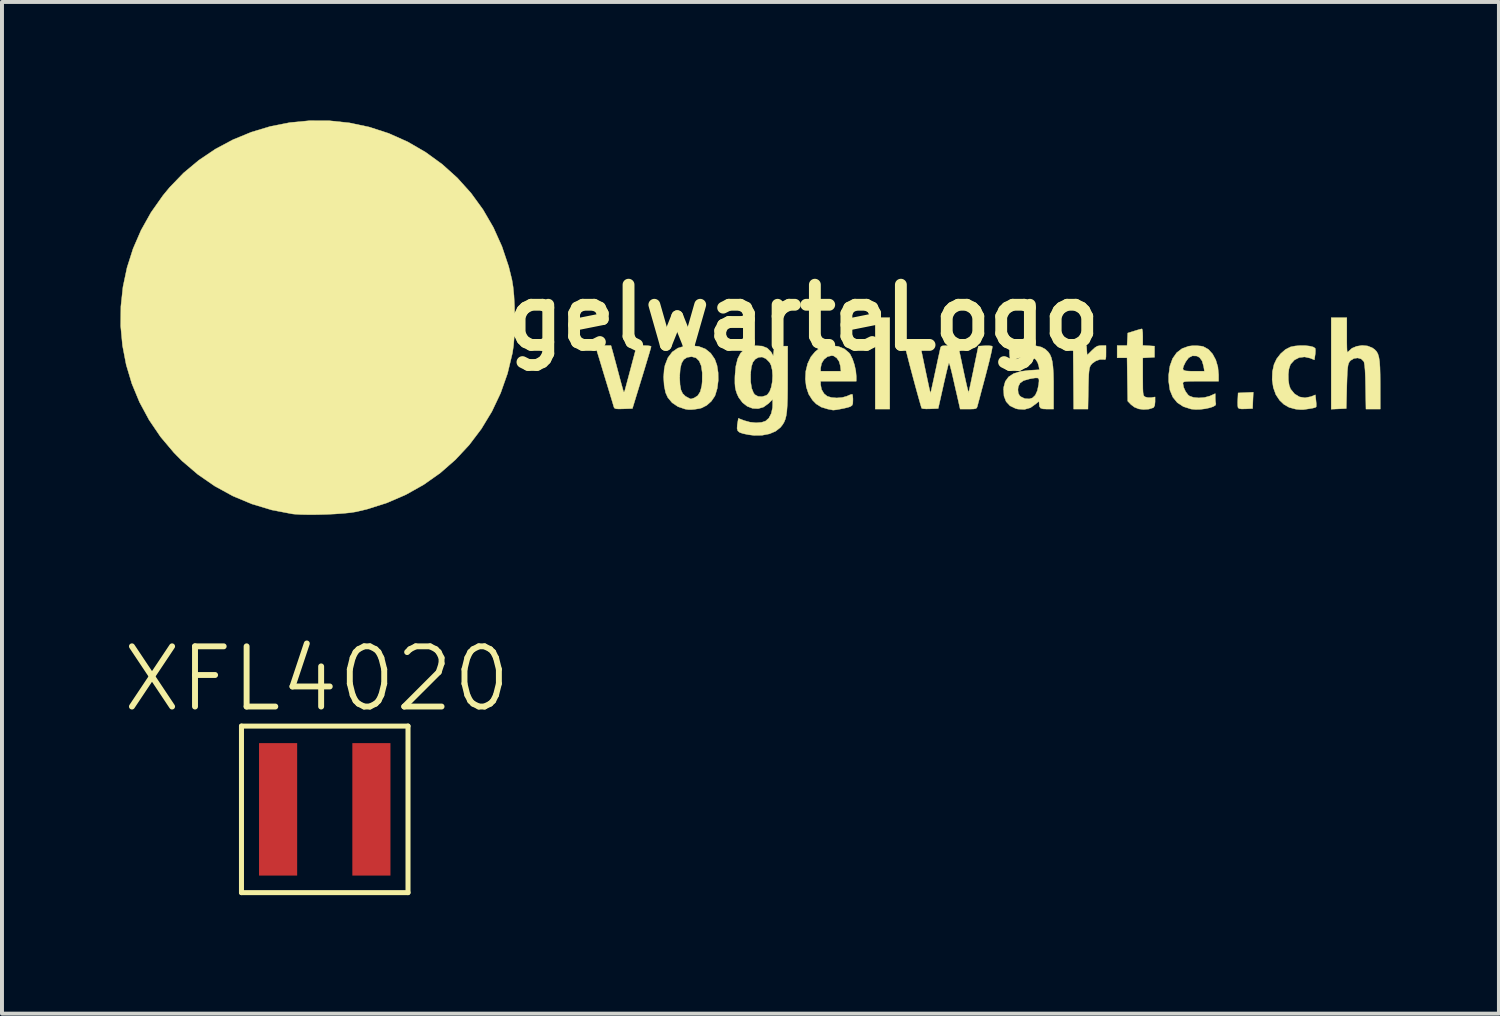
<source format=kicad_pcb>
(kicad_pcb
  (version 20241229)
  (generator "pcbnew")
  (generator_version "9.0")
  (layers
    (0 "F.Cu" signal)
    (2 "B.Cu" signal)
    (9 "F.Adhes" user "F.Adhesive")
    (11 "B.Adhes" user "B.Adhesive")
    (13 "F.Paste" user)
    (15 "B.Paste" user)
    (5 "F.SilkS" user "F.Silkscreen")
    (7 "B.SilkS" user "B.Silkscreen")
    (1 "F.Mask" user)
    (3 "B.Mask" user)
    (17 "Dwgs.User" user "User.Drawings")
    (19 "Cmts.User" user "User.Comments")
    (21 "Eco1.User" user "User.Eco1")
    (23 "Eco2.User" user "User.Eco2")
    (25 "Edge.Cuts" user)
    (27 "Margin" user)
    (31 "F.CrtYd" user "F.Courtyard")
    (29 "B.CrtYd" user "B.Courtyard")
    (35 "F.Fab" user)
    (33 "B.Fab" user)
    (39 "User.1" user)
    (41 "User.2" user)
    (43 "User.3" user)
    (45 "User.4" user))
  (footprint "VogelwarteLogo"
    (layer "F.Cu")
    (at 15.946 4.992)
    (property "Reference" "VogelwarteLogo" (at 0 0 0) (layer "F.SilkS") (effects (font (size 1.524 1.524) (thickness 0.3))))
    (attr through_hole)
    (fp_poly (pts (xy 3.528 2.314) (xy 3.161 2.314) (xy 3.161 0) (xy 3.528 0) (xy 3.528 2.314)) (stroke (width 0.01) (type solid)) (fill yes) (layer "F.SilkS"))
    (fp_poly (pts (xy 12.722 2.094) (xy 12.714 2.3) (xy 12.537 2.309) (xy 12.431 2.31) (xy 12.371 2.3) (xy 12.345 2.277) (xy 12.338 2.229) (xy 12.336 2.145) (xy 12.339 2.071) (xy 12.347 1.905) (xy 12.731 1.888) (xy 12.722 2.094)) (stroke (width 0.01) (type solid)) (fill yes) (layer "F.SilkS"))
    (fp_poly (pts (xy 9.003 0.89) (xy 9.002 0.988) (xy 8.996 1.041) (xy 8.98 1.062) (xy 8.949 1.06) (xy 8.936 1.057) (xy 8.846 1.059) (xy 8.745 1.095) (xy 8.656 1.157) (xy 8.617 1.203) (xy 8.598 1.239) (xy 8.584 1.286) (xy 8.574 1.354) (xy 8.566 1.45) (xy 8.561 1.585) (xy 8.556 1.765) (xy 8.556 1.798) (xy 8.546 2.314) (xy 8.184 2.314) (xy 8.179 1.609) (xy 8.177 1.409) (xy 8.176 1.225) (xy 8.174 1.063) (xy 8.173 0.933) (xy 8.172 0.845) (xy 8.172 0.811) (xy 8.17 0.72) (xy 8.509 0.72) (xy 8.517 0.835) (xy 8.526 0.949) (xy 8.648 0.827) (xy 8.724 0.757) (xy 8.785 0.72) (xy 8.851 0.707) (xy 8.886 0.706) (xy 9.003 0.706) (xy 9.003 0.89)) (stroke (width 0.01) (type solid)) (fill yes) (layer "F.SilkS"))
    (fp_poly (pts (xy 9.923 0.308) (xy 9.931 0.377) (xy 9.934 0.474) (xy 9.934 0.492) (xy 9.934 0.703) (xy 10.082 0.711) (xy 10.231 0.72) (xy 10.231 1.002) (xy 10.082 1.01) (xy 9.934 1.019) (xy 9.934 1.496) (xy 9.935 1.671) (xy 9.936 1.798) (xy 9.94 1.885) (xy 9.947 1.941) (xy 9.959 1.975) (xy 9.976 1.994) (xy 9.995 2.006) (xy 10.065 2.024) (xy 10.149 2.023) (xy 10.15 2.023) (xy 10.245 2.007) (xy 10.245 2.132) (xy 10.236 2.223) (xy 10.208 2.273) (xy 10.195 2.281) (xy 10.087 2.315) (xy 9.953 2.324) (xy 9.833 2.31) (xy 9.722 2.265) (xy 9.635 2.199) (xy 9.553 2.113) (xy 9.544 1.565) (xy 9.536 1.016) (xy 9.285 1.016) (xy 9.285 0.706) (xy 9.536 0.706) (xy 9.545 0.547) (xy 9.553 0.389) (xy 9.723 0.336) (xy 9.814 0.308) (xy 9.884 0.289) (xy 9.913 0.283) (xy 9.923 0.308)) (stroke (width 0.01) (type solid)) (fill yes) (layer "F.SilkS"))
    (fp_poly (pts (xy 15.099 0.458) (xy 15.099 0.627) (xy 15.101 0.747) (xy 15.104 0.823) (xy 15.111 0.864) (xy 15.121 0.875) (xy 15.135 0.864) (xy 15.143 0.853) (xy 15.23 0.774) (xy 15.35 0.724) (xy 15.487 0.703) (xy 15.625 0.716) (xy 15.743 0.763) (xy 15.802 0.804) (xy 15.849 0.853) (xy 15.885 0.915) (xy 15.91 0.998) (xy 15.928 1.109) (xy 15.938 1.255) (xy 15.943 1.443) (xy 15.945 1.681) (xy 15.945 1.686) (xy 15.946 2.314) (xy 15.584 2.314) (xy 15.574 1.743) (xy 15.569 1.513) (xy 15.561 1.337) (xy 15.55 1.211) (xy 15.537 1.133) (xy 15.528 1.108) (xy 15.463 1.044) (xy 15.375 1.019) (xy 15.28 1.032) (xy 15.196 1.082) (xy 15.163 1.121) (xy 15.145 1.156) (xy 15.131 1.205) (xy 15.121 1.276) (xy 15.112 1.377) (xy 15.106 1.516) (xy 15.1 1.702) (xy 15.099 1.748) (xy 15.085 2.3) (xy 14.704 2.317) (xy 14.704 0) (xy 15.099 0) (xy 15.099 0.458)) (stroke (width 0.01) (type solid)) (fill yes) (layer "F.SilkS"))
    (fp_poly (pts (xy 14.045 0.707) (xy 14.16 0.72) (xy 14.248 0.742) (xy 14.297 0.774) (xy 14.3 0.78) (xy 14.305 0.831) (xy 14.301 0.911) (xy 14.296 0.944) (xy 14.278 1.068) (xy 14.174 1.025) (xy 14.032 0.993) (xy 13.894 1.009) (xy 13.773 1.071) (xy 13.68 1.173) (xy 13.669 1.193) (xy 13.634 1.298) (xy 13.618 1.434) (xy 13.62 1.579) (xy 13.64 1.712) (xy 13.675 1.806) (xy 13.776 1.929) (xy 13.9 2.005) (xy 14.041 2.029) (xy 14.19 1.999) (xy 14.207 1.993) (xy 14.302 1.953) (xy 14.318 2.095) (xy 14.326 2.181) (xy 14.325 2.243) (xy 14.322 2.259) (xy 14.298 2.274) (xy 14.242 2.289) (xy 14.143 2.306) (xy 13.998 2.327) (xy 13.927 2.328) (xy 13.832 2.319) (xy 13.798 2.314) (xy 13.639 2.271) (xy 13.509 2.197) (xy 13.398 2.092) (xy 13.302 1.947) (xy 13.238 1.768) (xy 13.209 1.568) (xy 13.217 1.362) (xy 13.257 1.182) (xy 13.323 1.042) (xy 13.424 0.912) (xy 13.544 0.807) (xy 13.669 0.742) (xy 13.677 0.74) (xy 13.79 0.717) (xy 13.917 0.706) (xy 14.045 0.707)) (stroke (width 0.01) (type solid)) (fill yes) (layer "F.SilkS"))
    (fp_poly (pts (xy -3.487 0.854) (xy -3.465 0.933) (xy -3.433 1.054) (xy -3.393 1.202) (xy -3.35 1.363) (xy -3.33 1.438) (xy -3.291 1.586) (xy -3.256 1.714) (xy -3.228 1.813) (xy -3.21 1.872) (xy -3.205 1.885) (xy -3.19 1.871) (xy -3.179 1.844) (xy -3.167 1.801) (xy -3.144 1.715) (xy -3.112 1.595) (xy -3.074 1.453) (xy -3.033 1.299) (xy -2.992 1.144) (xy -2.953 0.998) (xy -2.92 0.873) (xy -2.908 0.826) (xy -2.876 0.706) (xy -2.694 0.706) (xy -2.601 0.709) (xy -2.535 0.718) (xy -2.512 0.729) (xy -2.52 0.762) (xy -2.542 0.841) (xy -2.577 0.96) (xy -2.623 1.112) (xy -2.676 1.289) (xy -2.736 1.486) (xy -2.749 1.527) (xy -2.986 2.3) (xy -3.212 2.308) (xy -3.327 2.311) (xy -3.397 2.307) (xy -3.434 2.295) (xy -3.452 2.272) (xy -3.454 2.266) (xy -3.466 2.226) (xy -3.491 2.141) (xy -3.528 2.019) (xy -3.573 1.871) (xy -3.624 1.703) (xy -3.678 1.526) (xy -3.732 1.348) (xy -3.783 1.178) (xy -3.829 1.026) (xy -3.868 0.899) (xy -3.896 0.806) (xy -3.911 0.757) (xy -3.912 0.755) (xy -3.913 0.729) (xy -3.892 0.714) (xy -3.837 0.707) (xy -3.736 0.706) (xy -3.728 0.706) (xy -3.529 0.706) (xy -3.487 0.854)) (stroke (width 0.01) (type solid)) (fill yes) (layer "F.SilkS"))
    (fp_poly (pts (xy -1.309 0.727) (xy -1.14 0.791) (xy -1.004 0.9) (xy -0.901 1.05) (xy -0.845 1.206) (xy -0.816 1.394) (xy -0.814 1.594) (xy -0.839 1.79) (xy -0.89 1.961) (xy -0.904 1.991) (xy -0.989 2.116) (xy -1.105 2.219) (xy -1.236 2.286) (xy -1.294 2.301) (xy -1.415 2.32) (xy -1.5 2.328) (xy -1.567 2.327) (xy -1.635 2.317) (xy -1.656 2.313) (xy -1.832 2.253) (xy -1.98 2.154) (xy -2.09 2.022) (xy -2.146 1.899) (xy -2.183 1.715) (xy -2.195 1.524) (xy -1.789 1.524) (xy -1.781 1.698) (xy -1.758 1.827) (xy -1.714 1.921) (xy -1.642 1.991) (xy -1.539 2.046) (xy -1.507 2.059) (xy -1.482 2.052) (xy -1.424 2.032) (xy -1.421 2.031) (xy -1.331 1.974) (xy -1.268 1.872) (xy -1.23 1.723) (xy -1.22 1.62) (xy -1.218 1.397) (xy -1.243 1.222) (xy -1.296 1.095) (xy -1.375 1.017) (xy -1.482 0.988) (xy -1.492 0.988) (xy -1.603 1.005) (xy -1.686 1.059) (xy -1.743 1.154) (xy -1.776 1.293) (xy -1.789 1.481) (xy -1.789 1.524) (xy -2.195 1.524) (xy -2.196 1.512) (xy -2.183 1.316) (xy -2.161 1.202) (xy -2.087 1.013) (xy -1.979 0.869) (xy -1.837 0.771) (xy -1.661 0.717) (xy -1.514 0.706) (xy -1.309 0.727)) (stroke (width 0.01) (type solid)) (fill yes) (layer "F.SilkS"))
    (fp_poly (pts (xy 2.228 0.728) (xy 2.379 0.79) (xy 2.497 0.889) (xy 2.527 0.928) (xy 2.585 1.044) (xy 2.635 1.193) (xy 2.669 1.351) (xy 2.681 1.488) (xy 2.681 1.609) (xy 1.778 1.609) (xy 1.778 1.695) (xy 1.802 1.818) (xy 1.866 1.925) (xy 1.946 1.989) (xy 2.052 2.021) (xy 2.185 2.032) (xy 2.323 2.021) (xy 2.441 1.989) (xy 2.462 1.979) (xy 2.53 1.95) (xy 2.575 1.939) (xy 2.581 1.942) (xy 2.59 1.976) (xy 2.596 2.048) (xy 2.596 2.09) (xy 2.593 2.173) (xy 2.575 2.22) (xy 2.535 2.248) (xy 2.519 2.255) (xy 2.461 2.273) (xy 2.373 2.294) (xy 2.272 2.314) (xy 2.179 2.331) (xy 2.11 2.339) (xy 2.088 2.339) (xy 2.054 2.332) (xy 1.986 2.319) (xy 1.957 2.313) (xy 1.796 2.264) (xy 1.665 2.182) (xy 1.572 2.087) (xy 1.475 1.934) (xy 1.415 1.753) (xy 1.392 1.555) (xy 1.403 1.355) (xy 1.421 1.281) (xy 1.778 1.281) (xy 1.778 1.355) (xy 2.293 1.355) (xy 2.278 1.222) (xy 2.247 1.109) (xy 2.186 1.02) (xy 2.108 0.968) (xy 2.06 0.96) (xy 1.953 0.986) (xy 1.864 1.056) (xy 1.802 1.157) (xy 1.778 1.278) (xy 1.778 1.281) (xy 1.421 1.281) (xy 1.45 1.163) (xy 1.531 0.993) (xy 1.64 0.862) (xy 1.744 0.778) (xy 1.841 0.73) (xy 1.953 0.709) (xy 2.053 0.706) (xy 2.228 0.728)) (stroke (width 0.01) (type solid)) (fill yes) (layer "F.SilkS"))
    (fp_poly (pts (xy 11.408 0.719) (xy 11.468 0.732) (xy 11.594 0.802) (xy 11.7 0.918) (xy 11.782 1.07) (xy 11.835 1.249) (xy 11.853 1.444) (xy 11.853 1.609) (xy 11.402 1.609) (xy 11.233 1.609) (xy 11.112 1.611) (xy 11.032 1.615) (xy 10.984 1.622) (xy 10.959 1.634) (xy 10.951 1.651) (xy 10.95 1.665) (xy 10.969 1.765) (xy 11.017 1.87) (xy 11.081 1.955) (xy 11.118 1.984) (xy 11.219 2.019) (xy 11.351 2.031) (xy 11.492 2.021) (xy 11.622 1.987) (xy 11.649 1.976) (xy 11.769 1.922) (xy 11.769 2.031) (xy 11.773 2.113) (xy 11.782 2.175) (xy 11.785 2.182) (xy 11.772 2.218) (xy 11.715 2.252) (xy 11.624 2.282) (xy 11.512 2.306) (xy 11.39 2.321) (xy 11.27 2.324) (xy 11.163 2.314) (xy 11.155 2.313) (xy 10.961 2.251) (xy 10.807 2.15) (xy 10.694 2.011) (xy 10.621 1.833) (xy 10.589 1.615) (xy 10.589 1.45) (xy 10.612 1.289) (xy 10.949 1.289) (xy 10.964 1.328) (xy 11.02 1.347) (xy 11.122 1.354) (xy 11.222 1.355) (xy 11.494 1.355) (xy 11.475 1.235) (xy 11.436 1.096) (xy 11.371 1.007) (xy 11.299 0.97) (xy 11.188 0.966) (xy 11.095 1.015) (xy 11.019 1.118) (xy 11.014 1.128) (xy 10.967 1.225) (xy 10.949 1.289) (xy 10.612 1.289) (xy 10.621 1.223) (xy 10.689 1.034) (xy 10.793 0.886) (xy 10.929 0.782) (xy 11.096 0.722) (xy 11.188 0.711) (xy 11.302 0.71) (xy 11.408 0.719)) (stroke (width 0.01) (type solid)) (fill yes) (layer "F.SilkS"))
    (fp_poly (pts (xy -10.653 -4.985) (xy -10.15 -4.932) (xy -9.652 -4.827) (xy -9.165 -4.669) (xy -9.16 -4.668) (xy -8.674 -4.451) (xy -8.221 -4.188) (xy -7.801 -3.883) (xy -7.418 -3.538) (xy -7.072 -3.154) (xy -6.768 -2.736) (xy -6.506 -2.285) (xy -6.289 -1.803) (xy -6.118 -1.294) (xy -6.036 -0.96) (xy -6.007 -0.781) (xy -5.985 -0.56) (xy -5.972 -0.31) (xy -5.966 -0.046) (xy -5.968 0.22) (xy -5.977 0.473) (xy -5.995 0.7) (xy -6.022 0.887) (xy -6.022 0.889) (xy -6.147 1.41) (xy -6.322 1.907) (xy -6.544 2.376) (xy -6.811 2.816) (xy -7.119 3.223) (xy -7.467 3.596) (xy -7.851 3.932) (xy -8.271 4.228) (xy -8.722 4.481) (xy -9.203 4.689) (xy -9.711 4.85) (xy -9.982 4.914) (xy -10.12 4.936) (xy -10.301 4.954) (xy -10.511 4.969) (xy -10.739 4.98) (xy -10.969 4.986) (xy -11.189 4.987) (xy -11.386 4.983) (xy -11.547 4.973) (xy -11.599 4.967) (xy -12.116 4.868) (xy -12.618 4.717) (xy -13.101 4.515) (xy -13.559 4.264) (xy -13.989 3.967) (xy -14.387 3.627) (xy -14.59 3.421) (xy -14.931 3.017) (xy -15.222 2.588) (xy -15.464 2.139) (xy -15.657 1.673) (xy -15.801 1.194) (xy -15.895 0.705) (xy -15.941 0.211) (xy -15.936 -0.285) (xy -15.883 -0.78) (xy -15.78 -1.268) (xy -15.627 -1.748) (xy -15.425 -2.214) (xy -15.173 -2.664) (xy -14.871 -3.093) (xy -14.704 -3.296) (xy -14.35 -3.663) (xy -13.961 -3.987) (xy -13.542 -4.269) (xy -13.098 -4.506) (xy -12.633 -4.697) (xy -12.152 -4.842) (xy -11.658 -4.939) (xy -11.157 -4.987) (xy -10.653 -4.985)) (stroke (width 0.01) (type solid)) (fill yes) (layer "F.SilkS"))
    (fp_poly (pts (xy 7.234 0.714) (xy 7.365 0.744) (xy 7.466 0.798) (xy 7.541 0.87) (xy 7.585 0.933) (xy 7.618 1.011) (xy 7.643 1.111) (xy 7.66 1.24) (xy 7.671 1.407) (xy 7.676 1.617) (xy 7.676 1.779) (xy 7.676 2.314) (xy 7.51 2.314) (xy 7.405 2.309) (xy 7.344 2.288) (xy 7.316 2.243) (xy 7.31 2.166) (xy 7.307 2.129) (xy 7.29 2.128) (xy 7.248 2.163) (xy 7.232 2.178) (xy 7.091 2.279) (xy 6.939 2.323) (xy 6.773 2.314) (xy 6.712 2.298) (xy 6.572 2.23) (xy 6.475 2.125) (xy 6.42 1.984) (xy 6.411 1.823) (xy 6.773 1.823) (xy 6.782 1.912) (xy 6.814 1.971) (xy 6.848 2.002) (xy 6.949 2.05) (xy 7.063 2.056) (xy 7.142 2.031) (xy 7.212 1.964) (xy 7.265 1.848) (xy 7.298 1.691) (xy 7.299 1.682) (xy 7.307 1.599) (xy 7.302 1.549) (xy 7.273 1.526) (xy 7.212 1.525) (xy 7.108 1.542) (xy 7.054 1.553) (xy 6.916 1.593) (xy 6.827 1.656) (xy 6.782 1.745) (xy 6.773 1.823) (xy 6.411 1.823) (xy 6.41 1.809) (xy 6.414 1.759) (xy 6.453 1.614) (xy 6.537 1.499) (xy 6.665 1.415) (xy 6.839 1.36) (xy 7.058 1.333) (xy 7.316 1.318) (xy 7.3 1.22) (xy 7.27 1.13) (xy 7.221 1.055) (xy 7.221 1.054) (xy 7.14 1.005) (xy 7.025 0.985) (xy 6.893 0.994) (xy 6.759 1.031) (xy 6.711 1.053) (xy 6.582 1.118) (xy 6.566 0.978) (xy 6.559 0.893) (xy 6.559 0.833) (xy 6.563 0.817) (xy 6.608 0.784) (xy 6.697 0.754) (xy 6.813 0.728) (xy 6.942 0.711) (xy 7.061 0.706) (xy 7.234 0.714)) (stroke (width 0.01) (type solid)) (fill yes) (layer "F.SilkS"))
    (fp_poly (pts (xy 0.298 0.719) (xy 0.428 0.771) (xy 0.521 0.864) (xy 0.538 0.893) (xy 0.579 0.969) (xy 0.593 0.845) (xy 0.607 0.72) (xy 0.945 0.72) (xy 0.944 1.552) (xy 0.943 1.824) (xy 0.94 2.046) (xy 0.933 2.224) (xy 0.923 2.367) (xy 0.907 2.479) (xy 0.885 2.568) (xy 0.856 2.641) (xy 0.819 2.704) (xy 0.772 2.764) (xy 0.759 2.78) (xy 0.64 2.874) (xy 0.483 2.941) (xy 0.296 2.977) (xy 0.092 2.98) (xy -0.045 2.963) (xy -0.182 2.935) (xy -0.27 2.906) (xy -0.319 2.865) (xy -0.337 2.804) (xy -0.331 2.712) (xy -0.321 2.65) (xy -0.304 2.548) (xy -0.159 2.604) (xy -0.01 2.645) (xy 0.144 2.661) (xy 0.285 2.65) (xy 0.385 2.617) (xy 0.468 2.543) (xy 0.529 2.426) (xy 0.561 2.28) (xy 0.564 2.204) (xy 0.564 2.067) (xy 0.459 2.172) (xy 0.333 2.263) (xy 0.196 2.303) (xy 0.056 2.296) (xy -0.079 2.244) (xy -0.199 2.15) (xy -0.298 2.016) (xy -0.34 1.924) (xy -0.368 1.839) (xy -0.385 1.757) (xy -0.392 1.66) (xy -0.392 1.531) (xy -0.39 1.468) (xy -0.385 1.418) (xy 0.006 1.418) (xy 0.007 1.623) (xy 0.033 1.788) (xy 0.082 1.908) (xy 0.114 1.949) (xy 0.195 1.993) (xy 0.296 2) (xy 0.396 1.97) (xy 0.431 1.948) (xy 0.487 1.872) (xy 0.529 1.758) (xy 0.555 1.619) (xy 0.563 1.47) (xy 0.553 1.327) (xy 0.524 1.205) (xy 0.488 1.133) (xy 0.395 1.039) (xy 0.298 0.996) (xy 0.209 1.003) (xy 0.123 1.051) (xy 0.063 1.128) (xy 0.026 1.242) (xy 0.007 1.402) (xy 0.006 1.418) (xy -0.385 1.418) (xy -0.368 1.229) (xy -0.321 1.039) (xy -0.246 0.895) (xy -0.143 0.794) (xy -0.007 0.733) (xy 0.131 0.71) (xy 0.298 0.719)) (stroke (width 0.01) (type solid)) (fill yes) (layer "F.SilkS"))
    (fp_poly (pts (xy 4.113 0.711) (xy 4.304 0.72) (xy 4.429 1.319) (xy 4.466 1.494) (xy 4.499 1.648) (xy 4.526 1.774) (xy 4.547 1.863) (xy 4.558 1.908) (xy 4.56 1.912) (xy 4.568 1.883) (xy 4.585 1.808) (xy 4.61 1.695) (xy 4.642 1.551) (xy 4.677 1.386) (xy 4.684 1.355) (xy 4.721 1.183) (xy 4.754 1.028) (xy 4.783 0.899) (xy 4.803 0.805) (xy 4.815 0.756) (xy 4.816 0.754) (xy 4.83 0.728) (xy 4.863 0.714) (xy 4.927 0.709) (xy 5.034 0.711) (xy 5.047 0.711) (xy 5.263 0.72) (xy 5.39 1.321) (xy 5.427 1.494) (xy 5.461 1.646) (xy 5.489 1.767) (xy 5.511 1.852) (xy 5.524 1.892) (xy 5.526 1.893) (xy 5.534 1.858) (xy 5.552 1.777) (xy 5.578 1.657) (xy 5.609 1.508) (xy 5.645 1.339) (xy 5.654 1.292) (xy 5.773 0.72) (xy 5.939 0.711) (xy 6.031 0.71) (xy 6.1 0.716) (xy 6.125 0.725) (xy 6.123 0.757) (xy 6.109 0.837) (xy 6.082 0.956) (xy 6.046 1.107) (xy 6.001 1.283) (xy 5.953 1.468) (xy 5.901 1.663) (xy 5.852 1.844) (xy 5.811 2.001) (xy 5.777 2.127) (xy 5.754 2.213) (xy 5.744 2.251) (xy 5.731 2.283) (xy 5.705 2.302) (xy 5.652 2.311) (xy 5.56 2.314) (xy 5.519 2.314) (xy 5.311 2.314) (xy 5.255 2.067) (xy 5.225 1.936) (xy 5.187 1.772) (xy 5.148 1.6) (xy 5.12 1.475) (xy 5.089 1.346) (xy 5.062 1.242) (xy 5.04 1.171) (xy 5.027 1.145) (xy 5.026 1.145) (xy 5.015 1.176) (xy 4.995 1.254) (xy 4.966 1.37) (xy 4.932 1.516) (xy 4.893 1.684) (xy 4.883 1.731) (xy 4.755 2.3) (xy 4.553 2.308) (xy 4.452 2.31) (xy 4.375 2.305) (xy 4.338 2.295) (xy 4.337 2.294) (xy 4.325 2.259) (xy 4.301 2.178) (xy 4.268 2.06) (xy 4.227 1.914) (xy 4.181 1.747) (xy 4.133 1.57) (xy 4.085 1.39) (xy 4.039 1.217) (xy 3.998 1.058) (xy 3.964 0.924) (xy 3.938 0.822) (xy 3.925 0.761) (xy 3.923 0.748) (xy 3.931 0.724) (xy 3.965 0.712) (xy 4.035 0.709) (xy 4.113 0.711)) (stroke (width 0.01) (type solid)) (fill yes) (layer "F.SilkS")))
  (footprint "XFL4020"
    (layer "F.Cu")
    (at 5.171 17.439)
    (property "Reference" "XFL4020" (at -0.2 -3.3 0) (layer "F.SilkS") (effects (font (size 1.524 1.524) (thickness 0.15))))
    (attr through_hole)
    (fp_line (start -2.108 -2.108) (end -2.108 2.108) (stroke (width 0.127) (type solid)) (layer "F.SilkS"))
    (fp_line (start -2.108 2.108) (end 2.108 2.108) (stroke (width 0.127) (type solid)) (layer "F.SilkS"))
    (fp_line (start 2.108 -2.108) (end -2.108 -2.108) (stroke (width 0.127) (type solid)) (layer "F.SilkS"))
    (fp_line (start 2.108 2.108) (end 2.108 -2.108) (stroke (width 0.127) (type solid)) (layer "F.SilkS"))
    (pad "1" smd rect (at -1.181 0) (size 0.965 3.353) (layers "F.Cu" "F.Mask" "F.Paste"))
    (pad "2" smd rect (at 1.181 0) (size 0.965 3.353) (layers "F.Cu" "F.Mask" "F.Paste")))
  (gr_rect
    (start -3 -3)
    (end 34.896 22.61)
    (stroke (width 0.1) (type default))
    (fill no)
    (layer "Edge.Cuts")))
</source>
